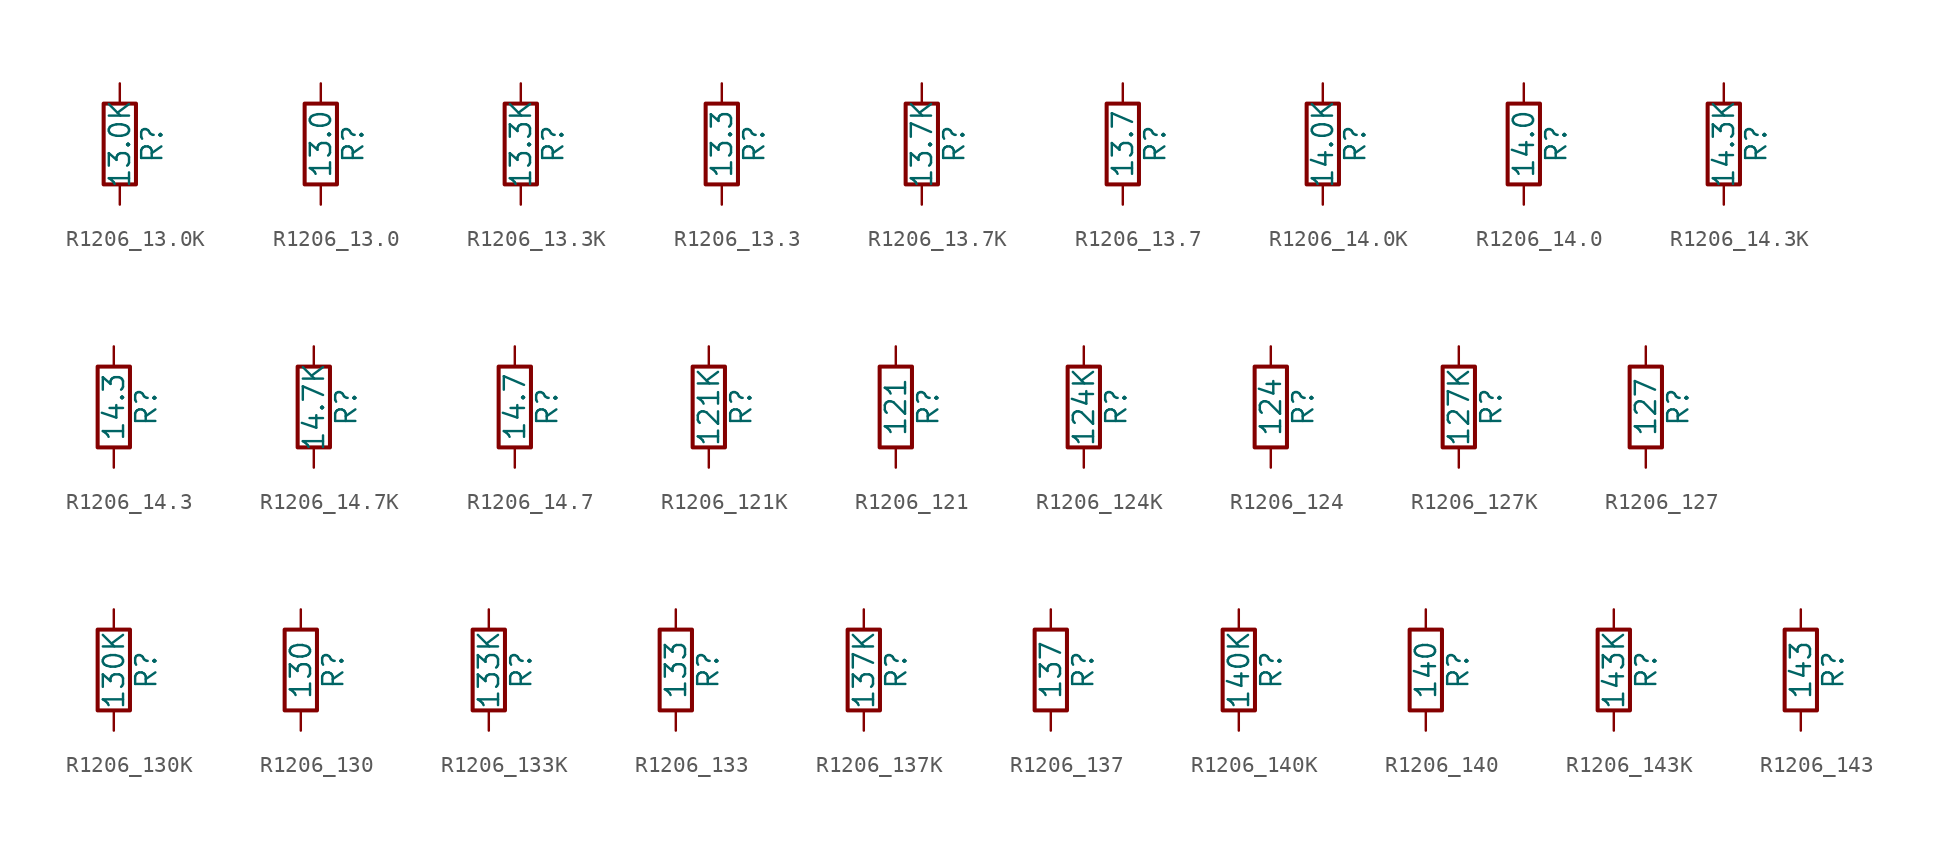
<source format=kicad_sym>
(kicad_symbol_lib
  (version 20211014)
  (generator atlantix-eda)
  (symbol "R1206_13.0K"
    (pin_numbers hide)
    (pin_names
      (offset 0))
    (property "Reference" "R"
      (at 2.032 0 90)
      (effects (font (size 1.27 1.27))))
    (property "Value" "13.0K"
      (at 0 0 90)
      (effects (font (size 1.27 1.27))))
    (symbol "R1206_13.0K_0_1"
      (rectangle (start -1.016 -2.54) (end 1.016 2.54) (stroke (width 0.254) (type default) (color 0 0 0 0)) (fill (type none))))
    (symbol "R1206_13.0K_1_1"
      (pin passive line (at 0 3.81 270) (length 1.27) (name "~" (effects (font (size 1.27 1.27)))) (number "1" (effects (font (size 1.27 1.27)))))
      (pin passive line (at 0 -3.81 90) (length 1.27) (name "~" (effects (font (size 1.27 1.27)))) (number "2" (effects (font (size 1.27 1.27)))))))
  (symbol "R1206_13.0"
    (pin_numbers hide)
    (pin_names
      (offset 0))
    (property "Reference" "R"
      (at 2.032 0 90)
      (effects (font (size 1.27 1.27))))
    (property "Value" "13.0"
      (at 0 0 90)
      (effects (font (size 1.27 1.27))))
    (symbol "R1206_13.0_0_1"
      (rectangle (start -1.016 -2.54) (end 1.016 2.54) (stroke (width 0.254) (type default) (color 0 0 0 0)) (fill (type none))))
    (symbol "R1206_13.0_1_1"
      (pin passive line (at 0 3.81 270) (length 1.27) (name "~" (effects (font (size 1.27 1.27)))) (number "1" (effects (font (size 1.27 1.27)))))
      (pin passive line (at 0 -3.81 90) (length 1.27) (name "~" (effects (font (size 1.27 1.27)))) (number "2" (effects (font (size 1.27 1.27)))))))
  (symbol "R1206_13.3K"
    (pin_numbers hide)
    (pin_names
      (offset 0))
    (property "Reference" "R"
      (at 2.032 0 90)
      (effects (font (size 1.27 1.27))))
    (property "Value" "13.3K"
      (at 0 0 90)
      (effects (font (size 1.27 1.27))))
    (symbol "R1206_13.3K_0_1"
      (rectangle (start -1.016 -2.54) (end 1.016 2.54) (stroke (width 0.254) (type default) (color 0 0 0 0)) (fill (type none))))
    (symbol "R1206_13.3K_1_1"
      (pin passive line (at 0 3.81 270) (length 1.27) (name "~" (effects (font (size 1.27 1.27)))) (number "1" (effects (font (size 1.27 1.27)))))
      (pin passive line (at 0 -3.81 90) (length 1.27) (name "~" (effects (font (size 1.27 1.27)))) (number "2" (effects (font (size 1.27 1.27)))))))
  (symbol "R1206_13.3"
    (pin_numbers hide)
    (pin_names
      (offset 0))
    (property "Reference" "R"
      (at 2.032 0 90)
      (effects (font (size 1.27 1.27))))
    (property "Value" "13.3"
      (at 0 0 90)
      (effects (font (size 1.27 1.27))))
    (symbol "R1206_13.3_0_1"
      (rectangle (start -1.016 -2.54) (end 1.016 2.54) (stroke (width 0.254) (type default) (color 0 0 0 0)) (fill (type none))))
    (symbol "R1206_13.3_1_1"
      (pin passive line (at 0 3.81 270) (length 1.27) (name "~" (effects (font (size 1.27 1.27)))) (number "1" (effects (font (size 1.27 1.27)))))
      (pin passive line (at 0 -3.81 90) (length 1.27) (name "~" (effects (font (size 1.27 1.27)))) (number "2" (effects (font (size 1.27 1.27)))))))
  (symbol "R1206_13.7K"
    (pin_numbers hide)
    (pin_names
      (offset 0))
    (property "Reference" "R"
      (at 2.032 0 90)
      (effects (font (size 1.27 1.27))))
    (property "Value" "13.7K"
      (at 0 0 90)
      (effects (font (size 1.27 1.27))))
    (symbol "R1206_13.7K_0_1"
      (rectangle (start -1.016 -2.54) (end 1.016 2.54) (stroke (width 0.254) (type default) (color 0 0 0 0)) (fill (type none))))
    (symbol "R1206_13.7K_1_1"
      (pin passive line (at 0 3.81 270) (length 1.27) (name "~" (effects (font (size 1.27 1.27)))) (number "1" (effects (font (size 1.27 1.27)))))
      (pin passive line (at 0 -3.81 90) (length 1.27) (name "~" (effects (font (size 1.27 1.27)))) (number "2" (effects (font (size 1.27 1.27)))))))
  (symbol "R1206_13.7"
    (pin_numbers hide)
    (pin_names
      (offset 0))
    (property "Reference" "R"
      (at 2.032 0 90)
      (effects (font (size 1.27 1.27))))
    (property "Value" "13.7"
      (at 0 0 90)
      (effects (font (size 1.27 1.27))))
    (symbol "R1206_13.7_0_1"
      (rectangle (start -1.016 -2.54) (end 1.016 2.54) (stroke (width 0.254) (type default) (color 0 0 0 0)) (fill (type none))))
    (symbol "R1206_13.7_1_1"
      (pin passive line (at 0 3.81 270) (length 1.27) (name "~" (effects (font (size 1.27 1.27)))) (number "1" (effects (font (size 1.27 1.27)))))
      (pin passive line (at 0 -3.81 90) (length 1.27) (name "~" (effects (font (size 1.27 1.27)))) (number "2" (effects (font (size 1.27 1.27)))))))
  (symbol "R1206_14.0K"
    (pin_numbers hide)
    (pin_names
      (offset 0))
    (property "Reference" "R"
      (at 2.032 0 90)
      (effects (font (size 1.27 1.27))))
    (property "Value" "14.0K"
      (at 0 0 90)
      (effects (font (size 1.27 1.27))))
    (symbol "R1206_14.0K_0_1"
      (rectangle (start -1.016 -2.54) (end 1.016 2.54) (stroke (width 0.254) (type default) (color 0 0 0 0)) (fill (type none))))
    (symbol "R1206_14.0K_1_1"
      (pin passive line (at 0 3.81 270) (length 1.27) (name "~" (effects (font (size 1.27 1.27)))) (number "1" (effects (font (size 1.27 1.27)))))
      (pin passive line (at 0 -3.81 90) (length 1.27) (name "~" (effects (font (size 1.27 1.27)))) (number "2" (effects (font (size 1.27 1.27)))))))
  (symbol "R1206_14.0"
    (pin_numbers hide)
    (pin_names
      (offset 0))
    (property "Reference" "R"
      (at 2.032 0 90)
      (effects (font (size 1.27 1.27))))
    (property "Value" "14.0"
      (at 0 0 90)
      (effects (font (size 1.27 1.27))))
    (symbol "R1206_14.0_0_1"
      (rectangle (start -1.016 -2.54) (end 1.016 2.54) (stroke (width 0.254) (type default) (color 0 0 0 0)) (fill (type none))))
    (symbol "R1206_14.0_1_1"
      (pin passive line (at 0 3.81 270) (length 1.27) (name "~" (effects (font (size 1.27 1.27)))) (number "1" (effects (font (size 1.27 1.27)))))
      (pin passive line (at 0 -3.81 90) (length 1.27) (name "~" (effects (font (size 1.27 1.27)))) (number "2" (effects (font (size 1.27 1.27)))))))
  (symbol "R1206_14.3K"
    (pin_numbers hide)
    (pin_names
      (offset 0))
    (property "Reference" "R"
      (at 2.032 0 90)
      (effects (font (size 1.27 1.27))))
    (property "Value" "14.3K"
      (at 0 0 90)
      (effects (font (size 1.27 1.27))))
    (symbol "R1206_14.3K_0_1"
      (rectangle (start -1.016 -2.54) (end 1.016 2.54) (stroke (width 0.254) (type default) (color 0 0 0 0)) (fill (type none))))
    (symbol "R1206_14.3K_1_1"
      (pin passive line (at 0 3.81 270) (length 1.27) (name "~" (effects (font (size 1.27 1.27)))) (number "1" (effects (font (size 1.27 1.27)))))
      (pin passive line (at 0 -3.81 90) (length 1.27) (name "~" (effects (font (size 1.27 1.27)))) (number "2" (effects (font (size 1.27 1.27)))))))
  (symbol "R1206_14.3"
    (pin_numbers hide)
    (pin_names
      (offset 0))
    (property "Reference" "R"
      (at 2.032 0 90)
      (effects (font (size 1.27 1.27))))
    (property "Value" "14.3"
      (at 0 0 90)
      (effects (font (size 1.27 1.27))))
    (symbol "R1206_14.3_0_1"
      (rectangle (start -1.016 -2.54) (end 1.016 2.54) (stroke (width 0.254) (type default) (color 0 0 0 0)) (fill (type none))))
    (symbol "R1206_14.3_1_1"
      (pin passive line (at 0 3.81 270) (length 1.27) (name "~" (effects (font (size 1.27 1.27)))) (number "1" (effects (font (size 1.27 1.27)))))
      (pin passive line (at 0 -3.81 90) (length 1.27) (name "~" (effects (font (size 1.27 1.27)))) (number "2" (effects (font (size 1.27 1.27)))))))
  (symbol "R1206_14.7K"
    (pin_numbers hide)
    (pin_names
      (offset 0))
    (property "Reference" "R"
      (at 2.032 0 90)
      (effects (font (size 1.27 1.27))))
    (property "Value" "14.7K"
      (at 0 0 90)
      (effects (font (size 1.27 1.27))))
    (symbol "R1206_14.7K_0_1"
      (rectangle (start -1.016 -2.54) (end 1.016 2.54) (stroke (width 0.254) (type default) (color 0 0 0 0)) (fill (type none))))
    (symbol "R1206_14.7K_1_1"
      (pin passive line (at 0 3.81 270) (length 1.27) (name "~" (effects (font (size 1.27 1.27)))) (number "1" (effects (font (size 1.27 1.27)))))
      (pin passive line (at 0 -3.81 90) (length 1.27) (name "~" (effects (font (size 1.27 1.27)))) (number "2" (effects (font (size 1.27 1.27)))))))
  (symbol "R1206_14.7"
    (pin_numbers hide)
    (pin_names
      (offset 0))
    (property "Reference" "R"
      (at 2.032 0 90)
      (effects (font (size 1.27 1.27))))
    (property "Value" "14.7"
      (at 0 0 90)
      (effects (font (size 1.27 1.27))))
    (symbol "R1206_14.7_0_1"
      (rectangle (start -1.016 -2.54) (end 1.016 2.54) (stroke (width 0.254) (type default) (color 0 0 0 0)) (fill (type none))))
    (symbol "R1206_14.7_1_1"
      (pin passive line (at 0 3.81 270) (length 1.27) (name "~" (effects (font (size 1.27 1.27)))) (number "1" (effects (font (size 1.27 1.27)))))
      (pin passive line (at 0 -3.81 90) (length 1.27) (name "~" (effects (font (size 1.27 1.27)))) (number "2" (effects (font (size 1.27 1.27)))))))
  (symbol "R1206_121K"
    (pin_numbers hide)
    (pin_names
      (offset 0))
    (property "Reference" "R"
      (at 2.032 0 90)
      (effects (font (size 1.27 1.27))))
    (property "Value" "121K"
      (at 0 0 90)
      (effects (font (size 1.27 1.27))))
    (symbol "R1206_121K_0_1"
      (rectangle (start -1.016 -2.54) (end 1.016 2.54) (stroke (width 0.254) (type default) (color 0 0 0 0)) (fill (type none))))
    (symbol "R1206_121K_1_1"
      (pin passive line (at 0 3.81 270) (length 1.27) (name "~" (effects (font (size 1.27 1.27)))) (number "1" (effects (font (size 1.27 1.27)))))
      (pin passive line (at 0 -3.81 90) (length 1.27) (name "~" (effects (font (size 1.27 1.27)))) (number "2" (effects (font (size 1.27 1.27)))))))
  (symbol "R1206_121"
    (pin_numbers hide)
    (pin_names
      (offset 0))
    (property "Reference" "R"
      (at 2.032 0 90)
      (effects (font (size 1.27 1.27))))
    (property "Value" "121"
      (at 0 0 90)
      (effects (font (size 1.27 1.27))))
    (symbol "R1206_121_0_1"
      (rectangle (start -1.016 -2.54) (end 1.016 2.54) (stroke (width 0.254) (type default) (color 0 0 0 0)) (fill (type none))))
    (symbol "R1206_121_1_1"
      (pin passive line (at 0 3.81 270) (length 1.27) (name "~" (effects (font (size 1.27 1.27)))) (number "1" (effects (font (size 1.27 1.27)))))
      (pin passive line (at 0 -3.81 90) (length 1.27) (name "~" (effects (font (size 1.27 1.27)))) (number "2" (effects (font (size 1.27 1.27)))))))
  (symbol "R1206_124K"
    (pin_numbers hide)
    (pin_names
      (offset 0))
    (property "Reference" "R"
      (at 2.032 0 90)
      (effects (font (size 1.27 1.27))))
    (property "Value" "124K"
      (at 0 0 90)
      (effects (font (size 1.27 1.27))))
    (symbol "R1206_124K_0_1"
      (rectangle (start -1.016 -2.54) (end 1.016 2.54) (stroke (width 0.254) (type default) (color 0 0 0 0)) (fill (type none))))
    (symbol "R1206_124K_1_1"
      (pin passive line (at 0 3.81 270) (length 1.27) (name "~" (effects (font (size 1.27 1.27)))) (number "1" (effects (font (size 1.27 1.27)))))
      (pin passive line (at 0 -3.81 90) (length 1.27) (name "~" (effects (font (size 1.27 1.27)))) (number "2" (effects (font (size 1.27 1.27)))))))
  (symbol "R1206_124"
    (pin_numbers hide)
    (pin_names
      (offset 0))
    (property "Reference" "R"
      (at 2.032 0 90)
      (effects (font (size 1.27 1.27))))
    (property "Value" "124"
      (at 0 0 90)
      (effects (font (size 1.27 1.27))))
    (symbol "R1206_124_0_1"
      (rectangle (start -1.016 -2.54) (end 1.016 2.54) (stroke (width 0.254) (type default) (color 0 0 0 0)) (fill (type none))))
    (symbol "R1206_124_1_1"
      (pin passive line (at 0 3.81 270) (length 1.27) (name "~" (effects (font (size 1.27 1.27)))) (number "1" (effects (font (size 1.27 1.27)))))
      (pin passive line (at 0 -3.81 90) (length 1.27) (name "~" (effects (font (size 1.27 1.27)))) (number "2" (effects (font (size 1.27 1.27)))))))
  (symbol "R1206_127K"
    (pin_numbers hide)
    (pin_names
      (offset 0))
    (property "Reference" "R"
      (at 2.032 0 90)
      (effects (font (size 1.27 1.27))))
    (property "Value" "127K"
      (at 0 0 90)
      (effects (font (size 1.27 1.27))))
    (symbol "R1206_127K_0_1"
      (rectangle (start -1.016 -2.54) (end 1.016 2.54) (stroke (width 0.254) (type default) (color 0 0 0 0)) (fill (type none))))
    (symbol "R1206_127K_1_1"
      (pin passive line (at 0 3.81 270) (length 1.27) (name "~" (effects (font (size 1.27 1.27)))) (number "1" (effects (font (size 1.27 1.27)))))
      (pin passive line (at 0 -3.81 90) (length 1.27) (name "~" (effects (font (size 1.27 1.27)))) (number "2" (effects (font (size 1.27 1.27)))))))
  (symbol "R1206_127"
    (pin_numbers hide)
    (pin_names
      (offset 0))
    (property "Reference" "R"
      (at 2.032 0 90)
      (effects (font (size 1.27 1.27))))
    (property "Value" "127"
      (at 0 0 90)
      (effects (font (size 1.27 1.27))))
    (symbol "R1206_127_0_1"
      (rectangle (start -1.016 -2.54) (end 1.016 2.54) (stroke (width 0.254) (type default) (color 0 0 0 0)) (fill (type none))))
    (symbol "R1206_127_1_1"
      (pin passive line (at 0 3.81 270) (length 1.27) (name "~" (effects (font (size 1.27 1.27)))) (number "1" (effects (font (size 1.27 1.27)))))
      (pin passive line (at 0 -3.81 90) (length 1.27) (name "~" (effects (font (size 1.27 1.27)))) (number "2" (effects (font (size 1.27 1.27)))))))
  (symbol "R1206_130K"
    (pin_numbers hide)
    (pin_names
      (offset 0))
    (property "Reference" "R"
      (at 2.032 0 90)
      (effects (font (size 1.27 1.27))))
    (property "Value" "130K"
      (at 0 0 90)
      (effects (font (size 1.27 1.27))))
    (symbol "R1206_130K_0_1"
      (rectangle (start -1.016 -2.54) (end 1.016 2.54) (stroke (width 0.254) (type default) (color 0 0 0 0)) (fill (type none))))
    (symbol "R1206_130K_1_1"
      (pin passive line (at 0 3.81 270) (length 1.27) (name "~" (effects (font (size 1.27 1.27)))) (number "1" (effects (font (size 1.27 1.27)))))
      (pin passive line (at 0 -3.81 90) (length 1.27) (name "~" (effects (font (size 1.27 1.27)))) (number "2" (effects (font (size 1.27 1.27)))))))
  (symbol "R1206_130"
    (pin_numbers hide)
    (pin_names
      (offset 0))
    (property "Reference" "R"
      (at 2.032 0 90)
      (effects (font (size 1.27 1.27))))
    (property "Value" "130"
      (at 0 0 90)
      (effects (font (size 1.27 1.27))))
    (symbol "R1206_130_0_1"
      (rectangle (start -1.016 -2.54) (end 1.016 2.54) (stroke (width 0.254) (type default) (color 0 0 0 0)) (fill (type none))))
    (symbol "R1206_130_1_1"
      (pin passive line (at 0 3.81 270) (length 1.27) (name "~" (effects (font (size 1.27 1.27)))) (number "1" (effects (font (size 1.27 1.27)))))
      (pin passive line (at 0 -3.81 90) (length 1.27) (name "~" (effects (font (size 1.27 1.27)))) (number "2" (effects (font (size 1.27 1.27)))))))
  (symbol "R1206_133K"
    (pin_numbers hide)
    (pin_names
      (offset 0))
    (property "Reference" "R"
      (at 2.032 0 90)
      (effects (font (size 1.27 1.27))))
    (property "Value" "133K"
      (at 0 0 90)
      (effects (font (size 1.27 1.27))))
    (symbol "R1206_133K_0_1"
      (rectangle (start -1.016 -2.54) (end 1.016 2.54) (stroke (width 0.254) (type default) (color 0 0 0 0)) (fill (type none))))
    (symbol "R1206_133K_1_1"
      (pin passive line (at 0 3.81 270) (length 1.27) (name "~" (effects (font (size 1.27 1.27)))) (number "1" (effects (font (size 1.27 1.27)))))
      (pin passive line (at 0 -3.81 90) (length 1.27) (name "~" (effects (font (size 1.27 1.27)))) (number "2" (effects (font (size 1.27 1.27)))))))
  (symbol "R1206_133"
    (pin_numbers hide)
    (pin_names
      (offset 0))
    (property "Reference" "R"
      (at 2.032 0 90)
      (effects (font (size 1.27 1.27))))
    (property "Value" "133"
      (at 0 0 90)
      (effects (font (size 1.27 1.27))))
    (symbol "R1206_133_0_1"
      (rectangle (start -1.016 -2.54) (end 1.016 2.54) (stroke (width 0.254) (type default) (color 0 0 0 0)) (fill (type none))))
    (symbol "R1206_133_1_1"
      (pin passive line (at 0 3.81 270) (length 1.27) (name "~" (effects (font (size 1.27 1.27)))) (number "1" (effects (font (size 1.27 1.27)))))
      (pin passive line (at 0 -3.81 90) (length 1.27) (name "~" (effects (font (size 1.27 1.27)))) (number "2" (effects (font (size 1.27 1.27)))))))
  (symbol "R1206_137K"
    (pin_numbers hide)
    (pin_names
      (offset 0))
    (property "Reference" "R"
      (at 2.032 0 90)
      (effects (font (size 1.27 1.27))))
    (property "Value" "137K"
      (at 0 0 90)
      (effects (font (size 1.27 1.27))))
    (symbol "R1206_137K_0_1"
      (rectangle (start -1.016 -2.54) (end 1.016 2.54) (stroke (width 0.254) (type default) (color 0 0 0 0)) (fill (type none))))
    (symbol "R1206_137K_1_1"
      (pin passive line (at 0 3.81 270) (length 1.27) (name "~" (effects (font (size 1.27 1.27)))) (number "1" (effects (font (size 1.27 1.27)))))
      (pin passive line (at 0 -3.81 90) (length 1.27) (name "~" (effects (font (size 1.27 1.27)))) (number "2" (effects (font (size 1.27 1.27)))))))
  (symbol "R1206_137"
    (pin_numbers hide)
    (pin_names
      (offset 0))
    (property "Reference" "R"
      (at 2.032 0 90)
      (effects (font (size 1.27 1.27))))
    (property "Value" "137"
      (at 0 0 90)
      (effects (font (size 1.27 1.27))))
    (symbol "R1206_137_0_1"
      (rectangle (start -1.016 -2.54) (end 1.016 2.54) (stroke (width 0.254) (type default) (color 0 0 0 0)) (fill (type none))))
    (symbol "R1206_137_1_1"
      (pin passive line (at 0 3.81 270) (length 1.27) (name "~" (effects (font (size 1.27 1.27)))) (number "1" (effects (font (size 1.27 1.27)))))
      (pin passive line (at 0 -3.81 90) (length 1.27) (name "~" (effects (font (size 1.27 1.27)))) (number "2" (effects (font (size 1.27 1.27)))))))
  (symbol "R1206_140K"
    (pin_numbers hide)
    (pin_names
      (offset 0))
    (property "Reference" "R"
      (at 2.032 0 90)
      (effects (font (size 1.27 1.27))))
    (property "Value" "140K"
      (at 0 0 90)
      (effects (font (size 1.27 1.27))))
    (symbol "R1206_140K_0_1"
      (rectangle (start -1.016 -2.54) (end 1.016 2.54) (stroke (width 0.254) (type default) (color 0 0 0 0)) (fill (type none))))
    (symbol "R1206_140K_1_1"
      (pin passive line (at 0 3.81 270) (length 1.27) (name "~" (effects (font (size 1.27 1.27)))) (number "1" (effects (font (size 1.27 1.27)))))
      (pin passive line (at 0 -3.81 90) (length 1.27) (name "~" (effects (font (size 1.27 1.27)))) (number "2" (effects (font (size 1.27 1.27)))))))
  (symbol "R1206_140"
    (pin_numbers hide)
    (pin_names
      (offset 0))
    (property "Reference" "R"
      (at 2.032 0 90)
      (effects (font (size 1.27 1.27))))
    (property "Value" "140"
      (at 0 0 90)
      (effects (font (size 1.27 1.27))))
    (symbol "R1206_140_0_1"
      (rectangle (start -1.016 -2.54) (end 1.016 2.54) (stroke (width 0.254) (type default) (color 0 0 0 0)) (fill (type none))))
    (symbol "R1206_140_1_1"
      (pin passive line (at 0 3.81 270) (length 1.27) (name "~" (effects (font (size 1.27 1.27)))) (number "1" (effects (font (size 1.27 1.27)))))
      (pin passive line (at 0 -3.81 90) (length 1.27) (name "~" (effects (font (size 1.27 1.27)))) (number "2" (effects (font (size 1.27 1.27)))))))
  (symbol "R1206_143K"
    (pin_numbers hide)
    (pin_names
      (offset 0))
    (property "Reference" "R"
      (at 2.032 0 90)
      (effects (font (size 1.27 1.27))))
    (property "Value" "143K"
      (at 0 0 90)
      (effects (font (size 1.27 1.27))))
    (symbol "R1206_143K_0_1"
      (rectangle (start -1.016 -2.54) (end 1.016 2.54) (stroke (width 0.254) (type default) (color 0 0 0 0)) (fill (type none))))
    (symbol "R1206_143K_1_1"
      (pin passive line (at 0 3.81 270) (length 1.27) (name "~" (effects (font (size 1.27 1.27)))) (number "1" (effects (font (size 1.27 1.27)))))
      (pin passive line (at 0 -3.81 90) (length 1.27) (name "~" (effects (font (size 1.27 1.27)))) (number "2" (effects (font (size 1.27 1.27)))))))
  (symbol "R1206_143"
    (pin_numbers hide)
    (pin_names
      (offset 0))
    (property "Reference" "R"
      (at 2.032 0 90)
      (effects (font (size 1.27 1.27))))
    (property "Value" "143"
      (at 0 0 90)
      (effects (font (size 1.27 1.27))))
    (symbol "R1206_143_0_1"
      (rectangle (start -1.016 -2.54) (end 1.016 2.54) (stroke (width 0.254) (type default) (color 0 0 0 0)) (fill (type none))))
    (symbol "R1206_143_1_1"
      (pin passive line (at 0 3.81 270) (length 1.27) (name "~" (effects (font (size 1.27 1.27)))) (number "1" (effects (font (size 1.27 1.27)))))
      (pin passive line (at 0 -3.81 90) (length 1.27) (name "~" (effects (font (size 1.27 1.27)))) (number "2" (effects (font (size 1.27 1.27))))))))
</source>
